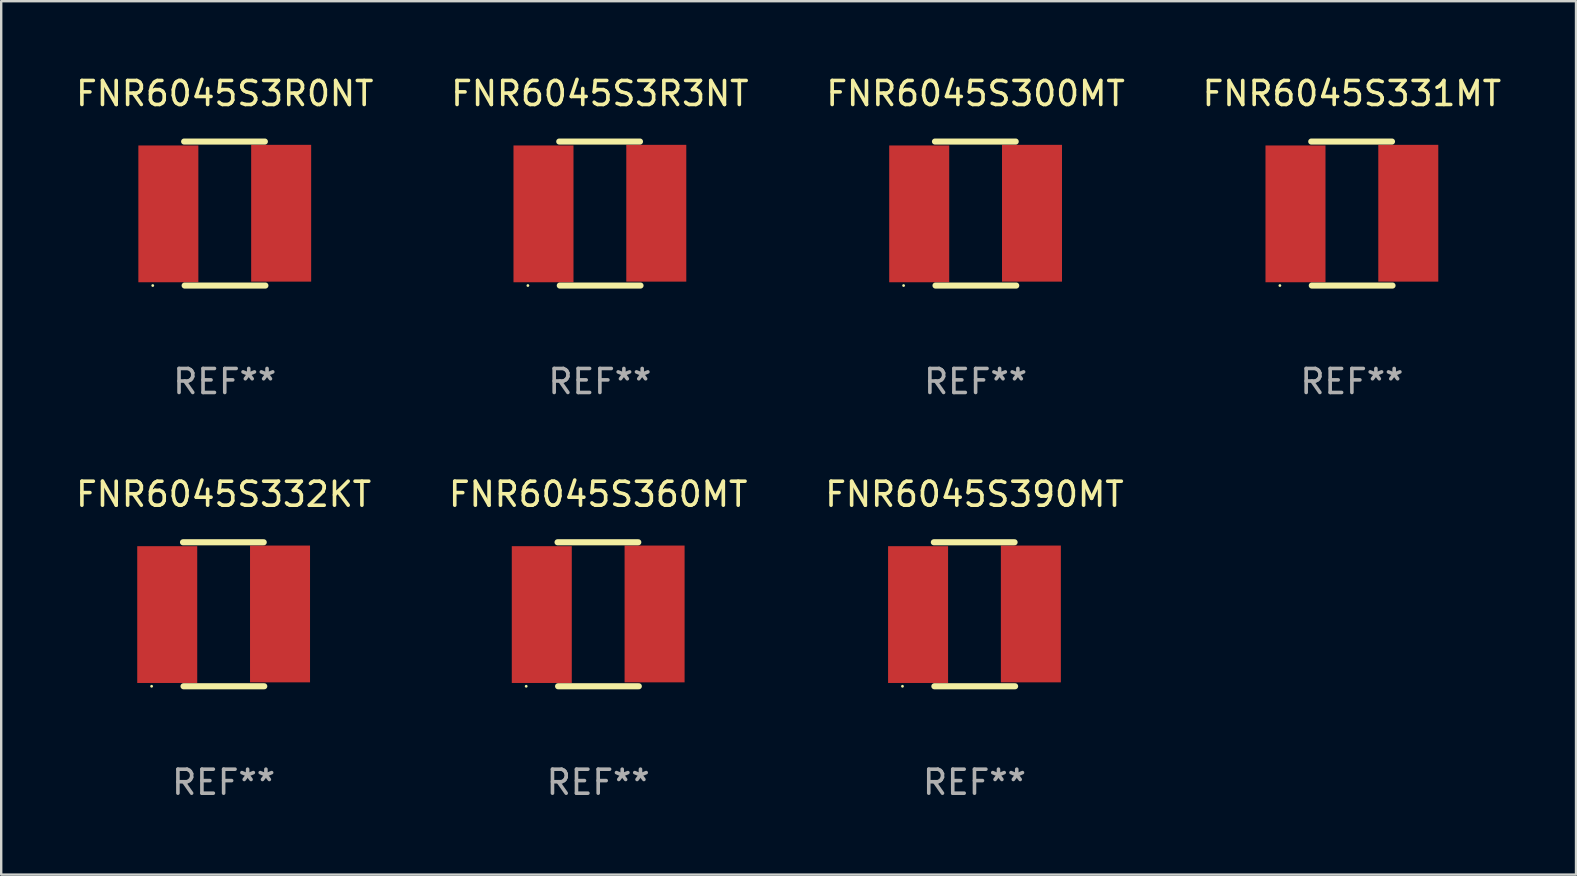
<source format=kicad_pcb>
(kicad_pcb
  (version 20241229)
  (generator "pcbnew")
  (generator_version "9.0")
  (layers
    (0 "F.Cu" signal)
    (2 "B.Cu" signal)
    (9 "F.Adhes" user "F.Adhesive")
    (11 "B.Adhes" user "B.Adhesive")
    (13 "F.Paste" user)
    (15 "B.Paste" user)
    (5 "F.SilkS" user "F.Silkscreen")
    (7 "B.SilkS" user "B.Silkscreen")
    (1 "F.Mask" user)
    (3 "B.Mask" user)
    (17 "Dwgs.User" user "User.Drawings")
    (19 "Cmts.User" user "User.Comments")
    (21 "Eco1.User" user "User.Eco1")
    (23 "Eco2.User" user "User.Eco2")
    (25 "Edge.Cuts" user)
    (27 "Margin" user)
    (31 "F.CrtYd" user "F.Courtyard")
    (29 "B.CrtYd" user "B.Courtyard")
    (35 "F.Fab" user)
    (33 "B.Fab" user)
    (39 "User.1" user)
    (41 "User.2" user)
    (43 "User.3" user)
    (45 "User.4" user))
  (footprint "FNR6045S3R3NT"
    (layer "F.Cu")
    (at 21.946 5.848)
    (property "Reference" "FNR6045S3R3NT" (at 0 -5 0) (layer "F.SilkS") (effects (font (size 1 1) (thickness 0.15))))
    (attr through_hole)
    (fp_line (start -1.693 -3) (end 1.671 -3) (stroke (width 0.254) (type solid)) (layer "F.SilkS"))
    (fp_line (start -1.671 3) (end 1.693 3) (stroke (width 0.254) (type solid)) (layer "F.SilkS"))
    (fp_circle (center -3 3) (end -2.97 3) (stroke (width 0.06) (type solid)) (fill no) (layer "F.SilkS"))
    (fp_text user "REF**" (at 0 7 0) (layer "F.Fab") (effects (font (size 1 1) (thickness 0.15))))
    (pad "1" smd rect (at -2.35 0.013) (size 2.5 5.7) (layers "F.Cu" "F.Mask" "F.Paste"))
    (pad "2" smd rect (at 2.35 -0.013) (size 2.5 5.7) (layers "F.Cu" "F.Mask" "F.Paste")))
  (footprint "FNR6045S300MT"
    (layer "F.Cu")
    (at 37.601 5.848)
    (property "Reference" "FNR6045S300MT" (at 0 -5 0) (layer "F.SilkS") (effects (font (size 1 1) (thickness 0.15))))
    (attr through_hole)
    (fp_line (start -1.693 -3) (end 1.671 -3) (stroke (width 0.254) (type solid)) (layer "F.SilkS"))
    (fp_line (start -1.671 3) (end 1.693 3) (stroke (width 0.254) (type solid)) (layer "F.SilkS"))
    (fp_circle (center -3 3) (end -2.97 3) (stroke (width 0.06) (type solid)) (fill no) (layer "F.SilkS"))
    (fp_text user "REF**" (at 0 7 0) (layer "F.Fab") (effects (font (size 1 1) (thickness 0.15))))
    (pad "1" smd rect (at -2.35 0.013) (size 2.5 5.7) (layers "F.Cu" "F.Mask" "F.Paste"))
    (pad "2" smd rect (at 2.35 -0.013) (size 2.5 5.7) (layers "F.Cu" "F.Mask" "F.Paste")))
  (footprint "FNR6045S332KT"
    (layer "F.Cu")
    (at 6.268 22.545)
    (property "Reference" "FNR6045S332KT" (at 0 -5 0) (layer "F.SilkS") (effects (font (size 1 1) (thickness 0.15))))
    (attr through_hole)
    (fp_line (start -1.693 -3) (end 1.671 -3) (stroke (width 0.254) (type solid)) (layer "F.SilkS"))
    (fp_line (start -1.671 3) (end 1.693 3) (stroke (width 0.254) (type solid)) (layer "F.SilkS"))
    (fp_circle (center -3 3) (end -2.97 3) (stroke (width 0.06) (type solid)) (fill no) (layer "F.SilkS"))
    (fp_text user "REF**" (at 0 7 0) (layer "F.Fab") (effects (font (size 1 1) (thickness 0.15))))
    (pad "1" smd rect (at -2.35 0.013) (size 2.5 5.7) (layers "F.Cu" "F.Mask" "F.Paste"))
    (pad "2" smd rect (at 2.35 -0.013) (size 2.5 5.7) (layers "F.Cu" "F.Mask" "F.Paste")))
  (footprint "FNR6045S390MT"
    (layer "F.Cu")
    (at 37.554 22.545)
    (property "Reference" "FNR6045S390MT" (at 0 -5 0) (layer "F.SilkS") (effects (font (size 1 1) (thickness 0.15))))
    (attr through_hole)
    (fp_line (start -1.693 -3) (end 1.671 -3) (stroke (width 0.254) (type solid)) (layer "F.SilkS"))
    (fp_line (start -1.671 3) (end 1.693 3) (stroke (width 0.254) (type solid)) (layer "F.SilkS"))
    (fp_circle (center -3 3) (end -2.97 3) (stroke (width 0.06) (type solid)) (fill no) (layer "F.SilkS"))
    (fp_text user "REF**" (at 0 7 0) (layer "F.Fab") (effects (font (size 1 1) (thickness 0.15))))
    (pad "1" smd rect (at -2.35 0.013) (size 2.5 5.7) (layers "F.Cu" "F.Mask" "F.Paste"))
    (pad "2" smd rect (at 2.35 -0.013) (size 2.5 5.7) (layers "F.Cu" "F.Mask" "F.Paste")))
  (footprint "FNR6045S360MT"
    (layer "F.Cu")
    (at 21.875 22.545)
    (property "Reference" "FNR6045S360MT" (at 0 -5 0) (layer "F.SilkS") (effects (font (size 1 1) (thickness 0.15))))
    (attr through_hole)
    (fp_line (start -1.693 -3) (end 1.671 -3) (stroke (width 0.254) (type solid)) (layer "F.SilkS"))
    (fp_line (start -1.671 3) (end 1.693 3) (stroke (width 0.254) (type solid)) (layer "F.SilkS"))
    (fp_circle (center -3 3) (end -2.97 3) (stroke (width 0.06) (type solid)) (fill no) (layer "F.SilkS"))
    (fp_text user "REF**" (at 0 7 0) (layer "F.Fab") (effects (font (size 1 1) (thickness 0.15))))
    (pad "1" smd rect (at -2.35 0.013) (size 2.5 5.7) (layers "F.Cu" "F.Mask" "F.Paste"))
    (pad "2" smd rect (at 2.35 -0.013) (size 2.5 5.7) (layers "F.Cu" "F.Mask" "F.Paste")))
  (footprint "FNR6045S331MT"
    (layer "F.Cu")
    (at 53.28 5.848)
    (property "Reference" "FNR6045S331MT" (at 0 -5 0) (layer "F.SilkS") (effects (font (size 1 1) (thickness 0.15))))
    (attr through_hole)
    (fp_line (start -1.693 -3) (end 1.671 -3) (stroke (width 0.254) (type solid)) (layer "F.SilkS"))
    (fp_line (start -1.671 3) (end 1.693 3) (stroke (width 0.254) (type solid)) (layer "F.SilkS"))
    (fp_circle (center -3 3) (end -2.97 3) (stroke (width 0.06) (type solid)) (fill no) (layer "F.SilkS"))
    (fp_text user "REF**" (at 0 7 0) (layer "F.Fab") (effects (font (size 1 1) (thickness 0.15))))
    (pad "1" smd rect (at -2.35 0.013) (size 2.5 5.7) (layers "F.Cu" "F.Mask" "F.Paste"))
    (pad "2" smd rect (at 2.35 -0.013) (size 2.5 5.7) (layers "F.Cu" "F.Mask" "F.Paste")))
  (footprint "FNR6045S3R0NT"
    (layer "F.Cu")
    (at 6.315 5.848)
    (property "Reference" "FNR6045S3R0NT" (at 0 -5 0) (layer "F.SilkS") (effects (font (size 1 1) (thickness 0.15))))
    (attr through_hole)
    (fp_line (start -1.693 -3) (end 1.671 -3) (stroke (width 0.254) (type solid)) (layer "F.SilkS"))
    (fp_line (start -1.671 3) (end 1.693 3) (stroke (width 0.254) (type solid)) (layer "F.SilkS"))
    (fp_circle (center -3 3) (end -2.97 3) (stroke (width 0.06) (type solid)) (fill no) (layer "F.SilkS"))
    (fp_text user "REF**" (at 0 7 0) (layer "F.Fab") (effects (font (size 1 1) (thickness 0.15))))
    (pad "1" smd rect (at -2.35 0.013) (size 2.5 5.7) (layers "F.Cu" "F.Mask" "F.Paste"))
    (pad "2" smd rect (at 2.35 -0.013) (size 2.5 5.7) (layers "F.Cu" "F.Mask" "F.Paste")))
  (gr_rect
    (start -3 -3)
    (end 62.619 33.393)
    (stroke (width 0.1) (type default))
    (fill no)
    (layer "Edge.Cuts")))
</source>
